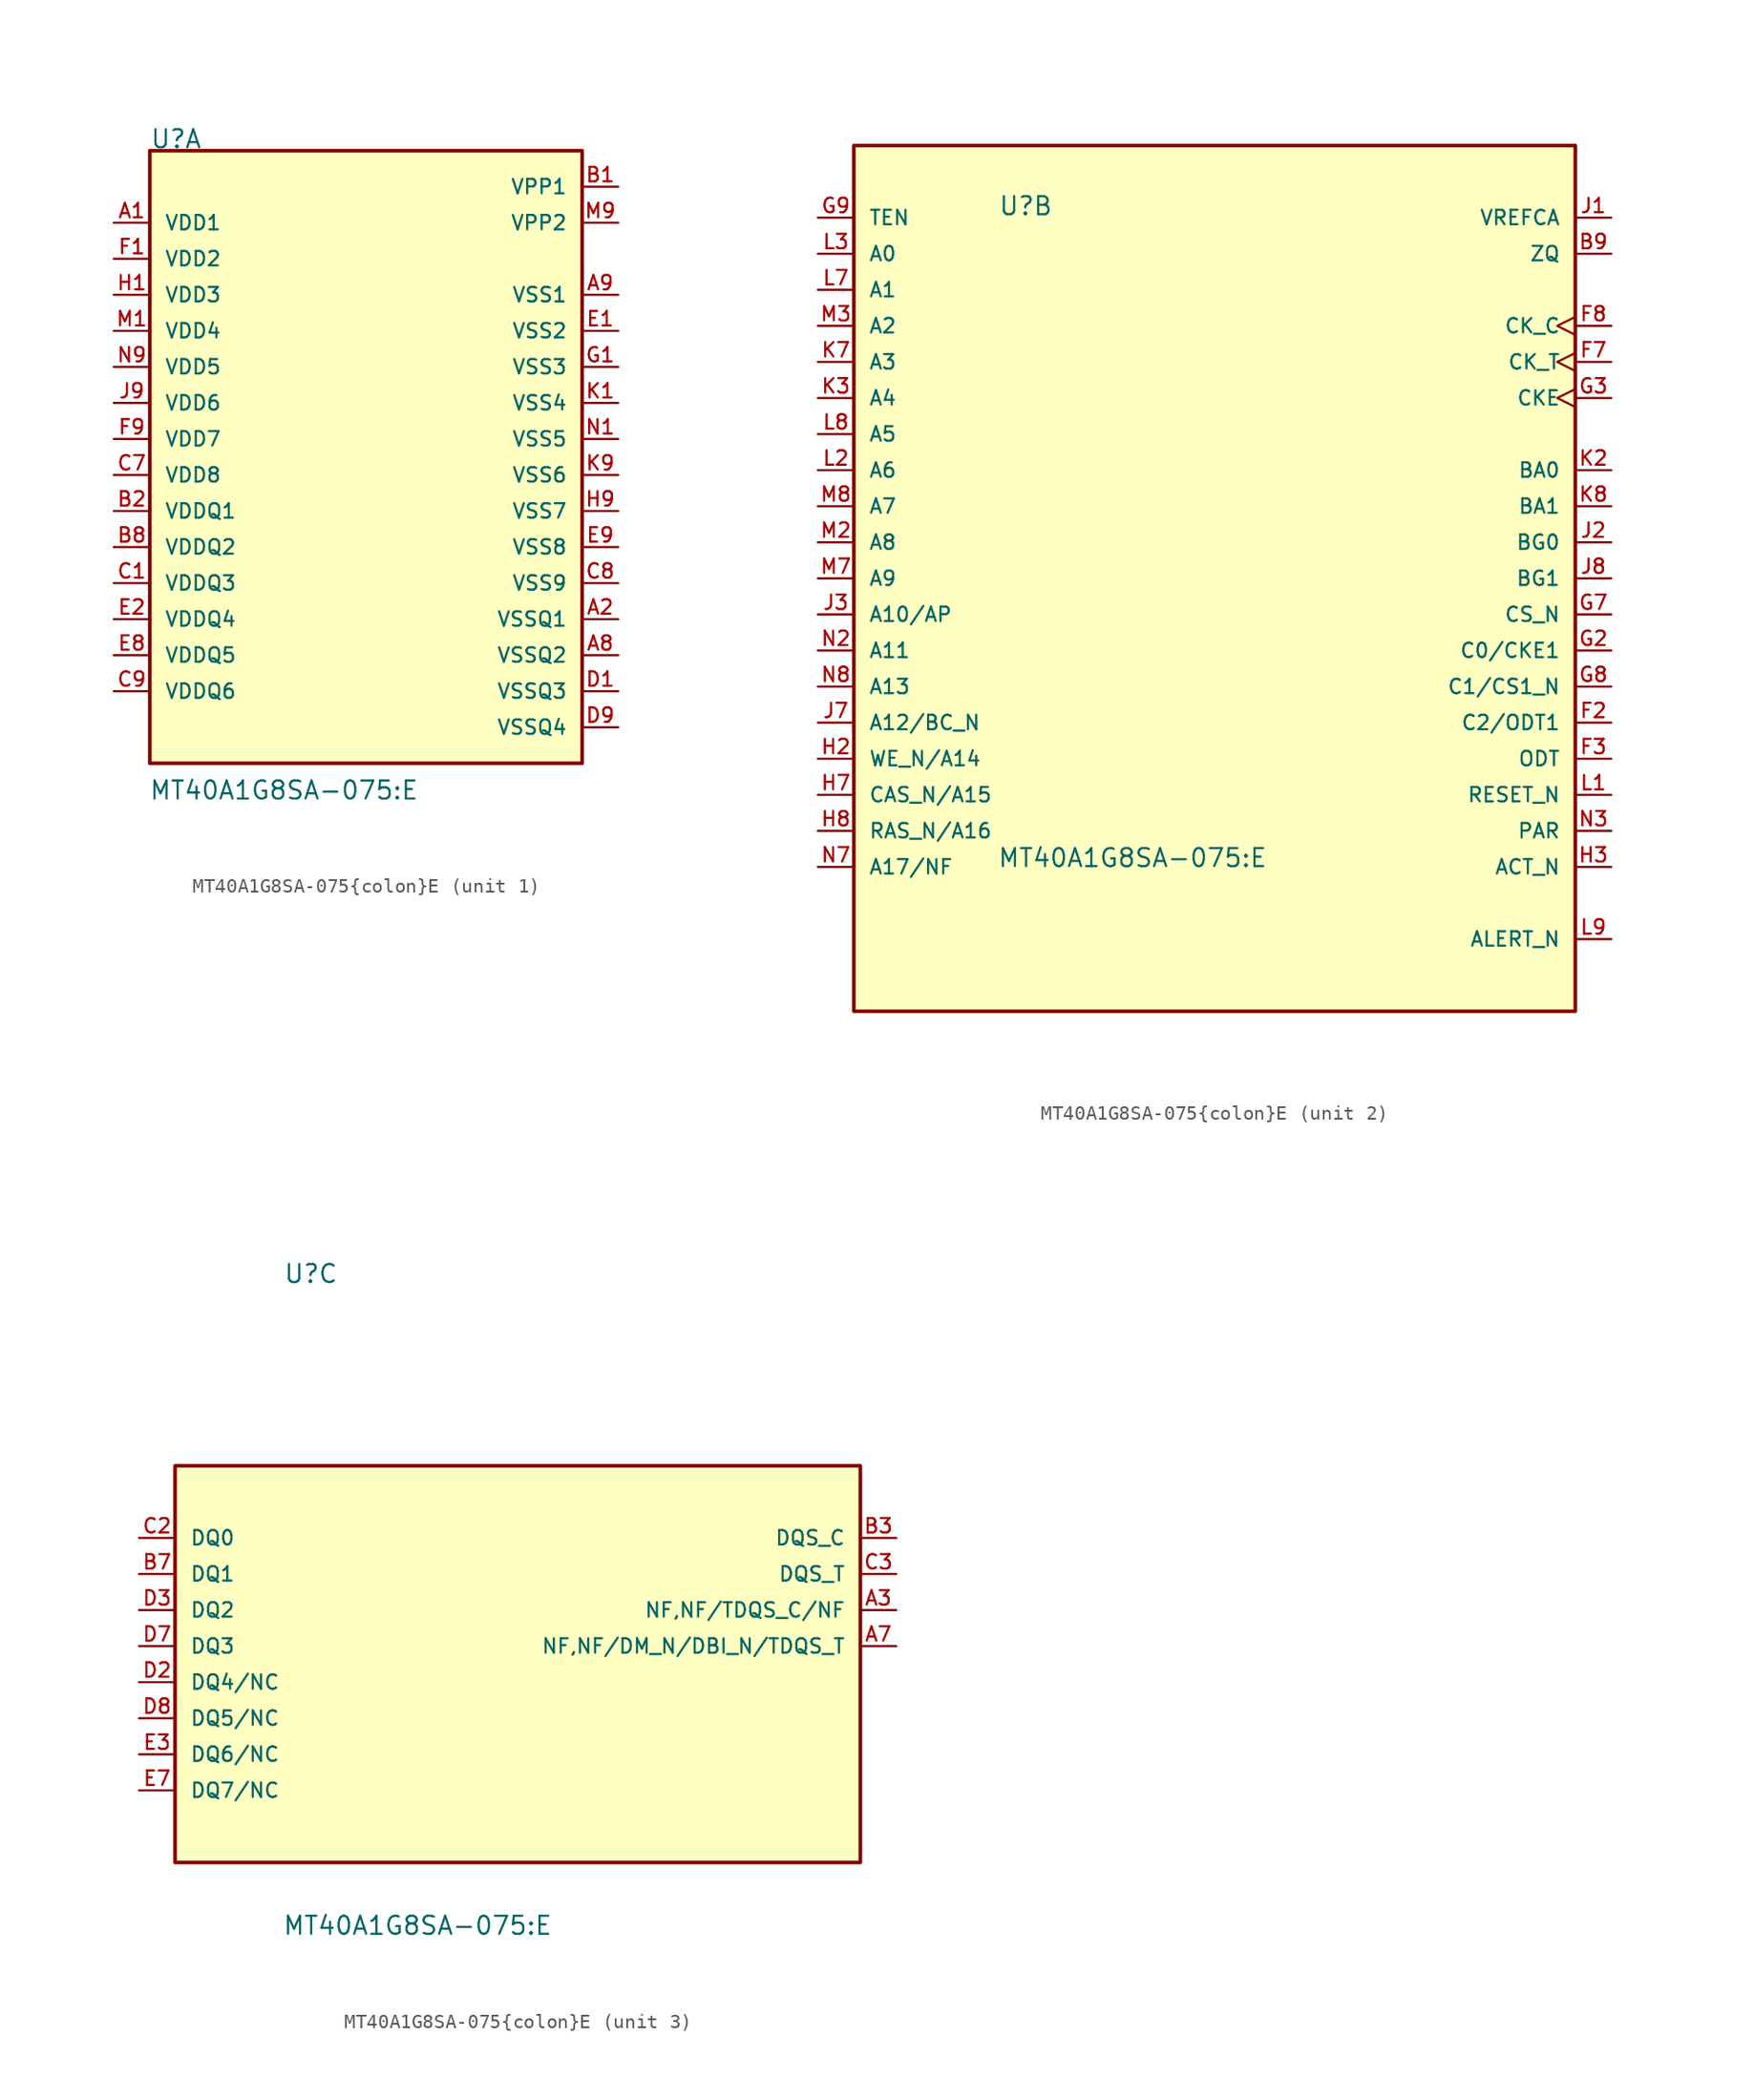
<source format=kicad_sym>
(kicad_symbol_lib
  (version 20220914)
  (generator kicad_symbol_editor)
  (symbol "MT40A1G8SA-075{colon}E"
    (pin_names
      (offset 1.016))
    (property "Reference" "U"
      (at -15.241 22.94 0)
      (effects (font (size 1.27 1.27)) (justify left bottom)))
    (property "Value" "MT40A1G8SA-075{colon}E"
      (at -15.309 -22.964 0)
      (effects (font (size 1.27 1.27)) (justify left bottom)))
    (symbol "MT40A1G8SA-075{colon}E_1_0"
      (rectangle (start -15.24 -20.32) (end 15.24 22.86) (stroke (width 0.254) (type default)) (fill (type background)))
      (pin power_in line (at -17.78 17.78 0) (length 2.54) (name "VDD1" (effects (font (size 1.016 1.016)))) (number "A1" (effects (font (size 1.016 1.016)))))
      (pin power_in line (at 17.78 -10.16 180) (length 2.54) (name "VSSQ1" (effects (font (size 1.016 1.016)))) (number "A2" (effects (font (size 1.016 1.016)))))
      (pin power_in line (at 17.78 -12.7 180) (length 2.54) (name "VSSQ2" (effects (font (size 1.016 1.016)))) (number "A8" (effects (font (size 1.016 1.016)))))
      (pin power_in line (at 17.78 12.7 180) (length 2.54) (name "VSS1" (effects (font (size 1.016 1.016)))) (number "A9" (effects (font (size 1.016 1.016)))))
      (pin power_in line (at 17.78 20.32 180) (length 2.54) (name "VPP1" (effects (font (size 1.016 1.016)))) (number "B1" (effects (font (size 1.016 1.016)))))
      (pin power_in line (at -17.78 -2.54 0) (length 2.54) (name "VDDQ1" (effects (font (size 1.016 1.016)))) (number "B2" (effects (font (size 1.016 1.016)))))
      (pin power_in line (at -17.78 -5.08 0) (length 2.54) (name "VDDQ2" (effects (font (size 1.016 1.016)))) (number "B8" (effects (font (size 1.016 1.016)))))
      (pin power_in line (at -17.78 -7.62 0) (length 2.54) (name "VDDQ3" (effects (font (size 1.016 1.016)))) (number "C1" (effects (font (size 1.016 1.016)))))
      (pin power_in line (at -17.78 0 0) (length 2.54) (name "VDD8" (effects (font (size 1.016 1.016)))) (number "C7" (effects (font (size 1.016 1.016)))))
      (pin power_in line (at 17.78 -7.62 180) (length 2.54) (name "VSS9" (effects (font (size 1.016 1.016)))) (number "C8" (effects (font (size 1.016 1.016)))))
      (pin power_in line (at -17.78 -15.24 0) (length 2.54) (name "VDDQ6" (effects (font (size 1.016 1.016)))) (number "C9" (effects (font (size 1.016 1.016)))))
      (pin power_in line (at 17.78 -15.24 180) (length 2.54) (name "VSSQ3" (effects (font (size 1.016 1.016)))) (number "D1" (effects (font (size 1.016 1.016)))))
      (pin power_in line (at 17.78 -17.78 180) (length 2.54) (name "VSSQ4" (effects (font (size 1.016 1.016)))) (number "D9" (effects (font (size 1.016 1.016)))))
      (pin power_in line (at 17.78 10.16 180) (length 2.54) (name "VSS2" (effects (font (size 1.016 1.016)))) (number "E1" (effects (font (size 1.016 1.016)))))
      (pin power_in line (at -17.78 -10.16 0) (length 2.54) (name "VDDQ4" (effects (font (size 1.016 1.016)))) (number "E2" (effects (font (size 1.016 1.016)))))
      (pin power_in line (at -17.78 -12.7 0) (length 2.54) (name "VDDQ5" (effects (font (size 1.016 1.016)))) (number "E8" (effects (font (size 1.016 1.016)))))
      (pin power_in line (at 17.78 -5.08 180) (length 2.54) (name "VSS8" (effects (font (size 1.016 1.016)))) (number "E9" (effects (font (size 1.016 1.016)))))
      (pin power_in line (at -17.78 15.24 0) (length 2.54) (name "VDD2" (effects (font (size 1.016 1.016)))) (number "F1" (effects (font (size 1.016 1.016)))))
      (pin power_in line (at -17.78 2.54 0) (length 2.54) (name "VDD7" (effects (font (size 1.016 1.016)))) (number "F9" (effects (font (size 1.016 1.016)))))
      (pin power_in line (at 17.78 7.62 180) (length 2.54) (name "VSS3" (effects (font (size 1.016 1.016)))) (number "G1" (effects (font (size 1.016 1.016)))))
      (pin power_in line (at -17.78 12.7 0) (length 2.54) (name "VDD3" (effects (font (size 1.016 1.016)))) (number "H1" (effects (font (size 1.016 1.016)))))
      (pin power_in line (at 17.78 -2.54 180) (length 2.54) (name "VSS7" (effects (font (size 1.016 1.016)))) (number "H9" (effects (font (size 1.016 1.016)))))
      (pin power_in line (at -17.78 5.08 0) (length 2.54) (name "VDD6" (effects (font (size 1.016 1.016)))) (number "J9" (effects (font (size 1.016 1.016)))))
      (pin power_in line (at 17.78 5.08 180) (length 2.54) (name "VSS4" (effects (font (size 1.016 1.016)))) (number "K1" (effects (font (size 1.016 1.016)))))
      (pin power_in line (at 17.78 0 180) (length 2.54) (name "VSS6" (effects (font (size 1.016 1.016)))) (number "K9" (effects (font (size 1.016 1.016)))))
      (pin power_in line (at -17.78 10.16 0) (length 2.54) (name "VDD4" (effects (font (size 1.016 1.016)))) (number "M1" (effects (font (size 1.016 1.016)))))
      (pin power_in line (at 17.78 17.78 180) (length 2.54) (name "VPP2" (effects (font (size 1.016 1.016)))) (number "M9" (effects (font (size 1.016 1.016)))))
      (pin power_in line (at 17.78 2.54 180) (length 2.54) (name "VSS5" (effects (font (size 1.016 1.016)))) (number "N1" (effects (font (size 1.016 1.016)))))
      (pin power_in line (at -17.78 7.62 0) (length 2.54) (name "VDD5" (effects (font (size 1.016 1.016)))) (number "N9" (effects (font (size 1.016 1.016))))))
    (symbol "MT40A1G8SA-075{colon}E_2_0"
      (rectangle (start -25.4 -33.02) (end 25.4 27.94) (stroke (width 0.254) (type default)) (fill (type background)))
      (pin bidirectional line (at 27.94 20.32 180) (length 2.54) (name "ZQ" (effects (font (size 1.016 1.016)))) (number "B9" (effects (font (size 1.016 1.016)))))
      (pin input line (at 27.94 -12.7 180) (length 2.54) (name "C2/ODT1" (effects (font (size 1.016 1.016)))) (number "F2" (effects (font (size 1.016 1.016)))))
      (pin input line (at 27.94 -15.24 180) (length 2.54) (name "ODT" (effects (font (size 1.016 1.016)))) (number "F3" (effects (font (size 1.016 1.016)))))
      (pin input clock (at 27.94 12.7 180) (length 2.54) (name "CK_T" (effects (font (size 1.016 1.016)))) (number "F7" (effects (font (size 1.016 1.016)))))
      (pin input clock (at 27.94 15.24 180) (length 2.54) (name "CK_C" (effects (font (size 1.016 1.016)))) (number "F8" (effects (font (size 1.016 1.016)))))
      (pin input line (at 27.94 -7.62 180) (length 2.54) (name "C0/CKE1" (effects (font (size 1.016 1.016)))) (number "G2" (effects (font (size 1.016 1.016)))))
      (pin input clock (at 27.94 10.16 180) (length 2.54) (name "CKE" (effects (font (size 1.016 1.016)))) (number "G3" (effects (font (size 1.016 1.016)))))
      (pin input line (at 27.94 -5.08 180) (length 2.54) (name "CS_N" (effects (font (size 1.016 1.016)))) (number "G7" (effects (font (size 1.016 1.016)))))
      (pin input line (at 27.94 -10.16 180) (length 2.54) (name "C1/CS1_N" (effects (font (size 1.016 1.016)))) (number "G8" (effects (font (size 1.016 1.016)))))
      (pin input line (at -27.94 22.86 0) (length 2.54) (name "TEN" (effects (font (size 1.016 1.016)))) (number "G9" (effects (font (size 1.016 1.016)))))
      (pin input line (at -27.94 -15.24 0) (length 2.54) (name "WE_N/A14" (effects (font (size 1.016 1.016)))) (number "H2" (effects (font (size 1.016 1.016)))))
      (pin input line (at 27.94 -22.86 180) (length 2.54) (name "ACT_N" (effects (font (size 1.016 1.016)))) (number "H3" (effects (font (size 1.016 1.016)))))
      (pin input line (at -27.94 -17.78 0) (length 2.54) (name "CAS_N/A15" (effects (font (size 1.016 1.016)))) (number "H7" (effects (font (size 1.016 1.016)))))
      (pin input line (at -27.94 -20.32 0) (length 2.54) (name "RAS_N/A16" (effects (font (size 1.016 1.016)))) (number "H8" (effects (font (size 1.016 1.016)))))
      (pin bidirectional line (at 27.94 22.86 180) (length 2.54) (name "VREFCA" (effects (font (size 1.016 1.016)))) (number "J1" (effects (font (size 1.016 1.016)))))
      (pin input line (at 27.94 0 180) (length 2.54) (name "BG0" (effects (font (size 1.016 1.016)))) (number "J2" (effects (font (size 1.016 1.016)))))
      (pin input line (at -27.94 -5.08 0) (length 2.54) (name "A10/AP" (effects (font (size 1.016 1.016)))) (number "J3" (effects (font (size 1.016 1.016)))))
      (pin input line (at -27.94 -12.7 0) (length 2.54) (name "A12/BC_N" (effects (font (size 1.016 1.016)))) (number "J7" (effects (font (size 1.016 1.016)))))
      (pin input line (at 27.94 -2.54 180) (length 2.54) (name "BG1" (effects (font (size 1.016 1.016)))) (number "J8" (effects (font (size 1.016 1.016)))))
      (pin input line (at 27.94 5.08 180) (length 2.54) (name "BA0" (effects (font (size 1.016 1.016)))) (number "K2" (effects (font (size 1.016 1.016)))))
      (pin input line (at -27.94 10.16 0) (length 2.54) (name "A4" (effects (font (size 1.016 1.016)))) (number "K3" (effects (font (size 1.016 1.016)))))
      (pin input line (at -27.94 12.7 0) (length 2.54) (name "A3" (effects (font (size 1.016 1.016)))) (number "K7" (effects (font (size 1.016 1.016)))))
      (pin input line (at 27.94 2.54 180) (length 2.54) (name "BA1" (effects (font (size 1.016 1.016)))) (number "K8" (effects (font (size 1.016 1.016)))))
      (pin input line (at 27.94 -17.78 180) (length 2.54) (name "RESET_N" (effects (font (size 1.016 1.016)))) (number "L1" (effects (font (size 1.016 1.016)))))
      (pin input line (at -27.94 5.08 0) (length 2.54) (name "A6" (effects (font (size 1.016 1.016)))) (number "L2" (effects (font (size 1.016 1.016)))))
      (pin input line (at -27.94 20.32 0) (length 2.54) (name "A0" (effects (font (size 1.016 1.016)))) (number "L3" (effects (font (size 1.016 1.016)))))
      (pin input line (at -27.94 17.78 0) (length 2.54) (name "A1" (effects (font (size 1.016 1.016)))) (number "L7" (effects (font (size 1.016 1.016)))))
      (pin input line (at -27.94 7.62 0) (length 2.54) (name "A5" (effects (font (size 1.016 1.016)))) (number "L8" (effects (font (size 1.016 1.016)))))
      (pin output line (at 27.94 -27.94 180) (length 2.54) (name "ALERT_N" (effects (font (size 1.016 1.016)))) (number "L9" (effects (font (size 1.016 1.016)))))
      (pin input line (at -27.94 0 0) (length 2.54) (name "A8" (effects (font (size 1.016 1.016)))) (number "M2" (effects (font (size 1.016 1.016)))))
      (pin input line (at -27.94 15.24 0) (length 2.54) (name "A2" (effects (font (size 1.016 1.016)))) (number "M3" (effects (font (size 1.016 1.016)))))
      (pin input line (at -27.94 -2.54 0) (length 2.54) (name "A9" (effects (font (size 1.016 1.016)))) (number "M7" (effects (font (size 1.016 1.016)))))
      (pin input line (at -27.94 2.54 0) (length 2.54) (name "A7" (effects (font (size 1.016 1.016)))) (number "M8" (effects (font (size 1.016 1.016)))))
      (pin input line (at -27.94 -7.62 0) (length 2.54) (name "A11" (effects (font (size 1.016 1.016)))) (number "N2" (effects (font (size 1.016 1.016)))))
      (pin input line (at 27.94 -20.32 180) (length 2.54) (name "PAR" (effects (font (size 1.016 1.016)))) (number "N3" (effects (font (size 1.016 1.016)))))
      (pin input line (at -27.94 -22.86 0) (length 2.54) (name "A17/NF" (effects (font (size 1.016 1.016)))) (number "N7" (effects (font (size 1.016 1.016)))))
      (pin input line (at -27.94 -10.16 0) (length 2.54) (name "A13" (effects (font (size 1.016 1.016)))) (number "N8" (effects (font (size 1.016 1.016))))))
    (symbol "MT40A1G8SA-075{colon}E_3_0"
      (rectangle (start -22.86 -17.78) (end 25.4 10.16) (stroke (width 0.254) (type default)) (fill (type background)))
      (pin bidirectional line (at 27.94 0 180) (length 2.54) (name "NF,NF/TDQS_C/NF" (effects (font (size 1.016 1.016)))) (number "A3" (effects (font (size 1.016 1.016)))))
      (pin bidirectional line (at 27.94 -2.54 180) (length 2.54) (name "NF,NF/DM_N/DBI_N/TDQS_T" (effects (font (size 1.016 1.016)))) (number "A7" (effects (font (size 1.016 1.016)))))
      (pin bidirectional line (at 27.94 5.08 180) (length 2.54) (name "DQS_C" (effects (font (size 1.016 1.016)))) (number "B3" (effects (font (size 1.016 1.016)))))
      (pin bidirectional line (at -25.4 2.54 0) (length 2.54) (name "DQ1" (effects (font (size 1.016 1.016)))) (number "B7" (effects (font (size 1.016 1.016)))))
      (pin bidirectional line (at -25.4 5.08 0) (length 2.54) (name "DQ0" (effects (font (size 1.016 1.016)))) (number "C2" (effects (font (size 1.016 1.016)))))
      (pin bidirectional line (at 27.94 2.54 180) (length 2.54) (name "DQS_T" (effects (font (size 1.016 1.016)))) (number "C3" (effects (font (size 1.016 1.016)))))
      (pin bidirectional line (at -25.4 -5.08 0) (length 2.54) (name "DQ4/NC" (effects (font (size 1.016 1.016)))) (number "D2" (effects (font (size 1.016 1.016)))))
      (pin bidirectional line (at -25.4 0 0) (length 2.54) (name "DQ2" (effects (font (size 1.016 1.016)))) (number "D3" (effects (font (size 1.016 1.016)))))
      (pin bidirectional line (at -25.4 -2.54 0) (length 2.54) (name "DQ3" (effects (font (size 1.016 1.016)))) (number "D7" (effects (font (size 1.016 1.016)))))
      (pin bidirectional line (at -25.4 -7.62 0) (length 2.54) (name "DQ5/NC" (effects (font (size 1.016 1.016)))) (number "D8" (effects (font (size 1.016 1.016)))))
      (pin bidirectional line (at -25.4 -10.16 0) (length 2.54) (name "DQ6/NC" (effects (font (size 1.016 1.016)))) (number "E3" (effects (font (size 1.016 1.016)))))
      (pin bidirectional line (at -25.4 -12.7 0) (length 2.54) (name "DQ7/NC" (effects (font (size 1.016 1.016)))) (number "E7" (effects (font (size 1.016 1.016))))))))
</source>
